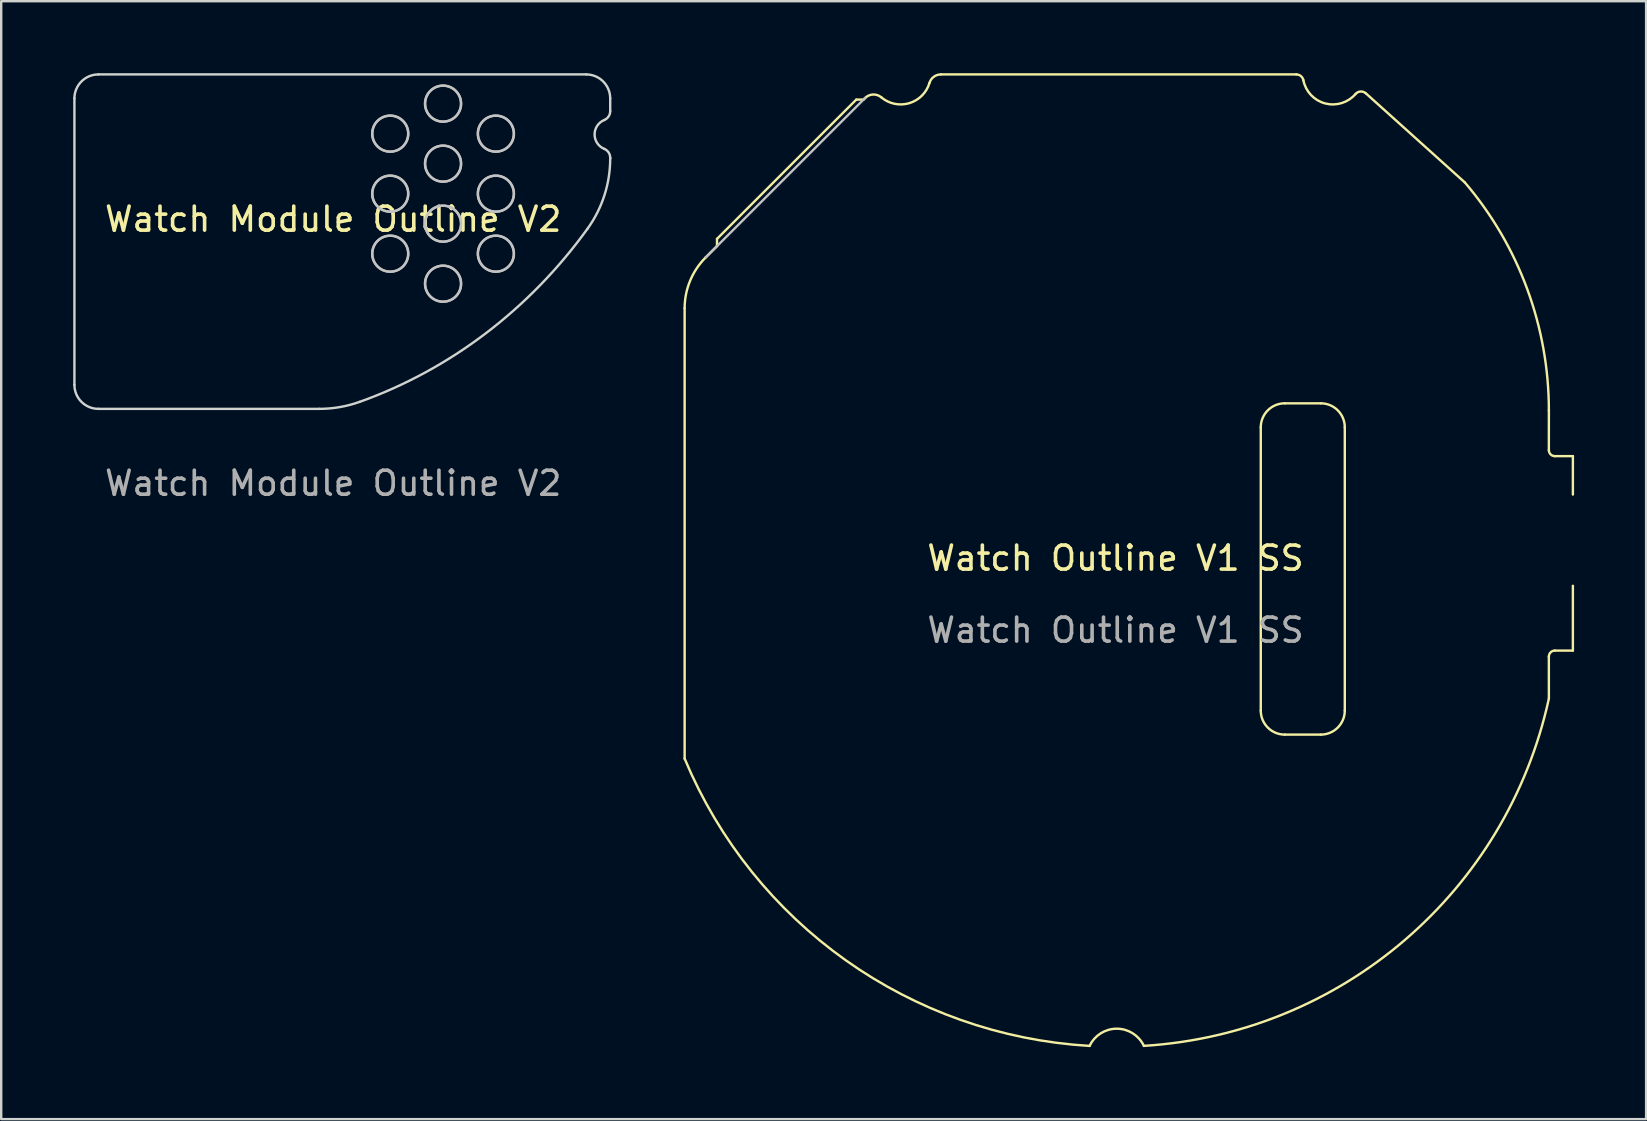
<source format=kicad_pcb>
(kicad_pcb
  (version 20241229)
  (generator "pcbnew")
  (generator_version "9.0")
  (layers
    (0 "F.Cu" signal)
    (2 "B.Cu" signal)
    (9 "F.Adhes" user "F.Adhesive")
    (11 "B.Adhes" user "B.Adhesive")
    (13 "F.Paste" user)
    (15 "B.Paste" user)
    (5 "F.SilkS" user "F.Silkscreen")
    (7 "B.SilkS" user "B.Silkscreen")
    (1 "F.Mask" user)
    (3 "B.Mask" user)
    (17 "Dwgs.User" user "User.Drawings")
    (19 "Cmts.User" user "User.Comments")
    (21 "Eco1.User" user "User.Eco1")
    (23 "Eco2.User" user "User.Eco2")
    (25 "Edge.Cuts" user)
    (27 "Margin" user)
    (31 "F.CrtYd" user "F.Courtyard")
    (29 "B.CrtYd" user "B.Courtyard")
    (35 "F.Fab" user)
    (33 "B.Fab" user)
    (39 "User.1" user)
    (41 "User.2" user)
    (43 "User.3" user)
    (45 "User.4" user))
  (footprint "Watch Module Outline V2"
    (layer "F.Cu")
    (at 10.829 6.581)
    (property "Reference" "Watch Module Outline V2" (at 0 -0.5 0) (unlocked yes) (layer "F.SilkS") (effects (font (size 1 1) (thickness 0.15))))
    (attr smd)
    (fp_circle (center 2.373 -4.063) (end 1.623 -4.063) (stroke (width 0.1) (type solid)) (fill no) (layer "Dwgs.User"))
    (fp_circle (center 2.373 -1.563) (end 1.623 -1.563) (stroke (width 0.1) (type solid)) (fill no) (layer "Dwgs.User"))
    (fp_circle (center 2.373 0.937) (end 1.623 0.937) (stroke (width 0.1) (type solid)) (fill no) (layer "Dwgs.User"))
    (fp_circle (center 2.38 -4.065) (end 3.13 -4.065) (stroke (width 0.1) (type solid)) (fill no) (layer "Dwgs.User"))
    (fp_circle (center 2.38 -1.565) (end 3.13 -1.565) (stroke (width 0.1) (type solid)) (fill no) (layer "Dwgs.User"))
    (fp_circle (center 2.38 0.935) (end 3.13 0.935) (stroke (width 0.1) (type solid)) (fill no) (layer "Dwgs.User"))
    (fp_circle (center 4.573 -5.313) (end 3.823 -5.313) (stroke (width 0.1) (type solid)) (fill no) (layer "Dwgs.User"))
    (fp_circle (center 4.573 -2.813) (end 3.823 -2.813) (stroke (width 0.1) (type solid)) (fill no) (layer "Dwgs.User"))
    (fp_circle (center 4.573 -0.313) (end 3.823 -0.313) (stroke (width 0.1) (type solid)) (fill no) (layer "Dwgs.User"))
    (fp_circle (center 4.573 2.187) (end 3.823 2.187) (stroke (width 0.1) (type solid)) (fill no) (layer "Dwgs.User"))
    (fp_circle (center 4.58 -5.315) (end 5.33 -5.315) (stroke (width 0.1) (type solid)) (fill no) (layer "Dwgs.User"))
    (fp_circle (center 4.58 -2.815) (end 5.33 -2.815) (stroke (width 0.1) (type solid)) (fill no) (layer "Dwgs.User"))
    (fp_circle (center 4.58 -0.315) (end 5.33 -0.315) (stroke (width 0.1) (type solid)) (fill no) (layer "Dwgs.User"))
    (fp_circle (center 4.58 2.185) (end 5.33 2.185) (stroke (width 0.1) (type solid)) (fill no) (layer "Dwgs.User"))
    (fp_circle (center 6.773 -4.063) (end 6.023 -4.063) (stroke (width 0.1) (type solid)) (fill no) (layer "Dwgs.User"))
    (fp_circle (center 6.773 -1.563) (end 6.023 -1.563) (stroke (width 0.1) (type solid)) (fill no) (layer "Dwgs.User"))
    (fp_circle (center 6.773 0.937) (end 6.023 0.937) (stroke (width 0.1) (type solid)) (fill no) (layer "Dwgs.User"))
    (fp_circle (center 6.78 -4.065) (end 7.53 -4.065) (stroke (width 0.1) (type solid)) (fill no) (layer "Dwgs.User"))
    (fp_circle (center 6.78 -1.565) (end 7.53 -1.565) (stroke (width 0.1) (type solid)) (fill no) (layer "Dwgs.User"))
    (fp_circle (center 6.78 0.935) (end 7.53 0.935) (stroke (width 0.1) (type solid)) (fill no) (layer "Dwgs.User"))
    (fp_line (start -10.779 -5.531) (end -10.779 6.4) (stroke (width 0.1) (type solid)) (layer "Edge.Cuts"))
    (fp_line (start -9.779 7.4) (end -0.58 7.4) (stroke (width 0.1) (type solid)) (layer "Edge.Cuts"))
    (fp_line (start 10.539 -6.531) (end -9.779 -6.531) (stroke (width 0.1) (type solid)) (layer "Edge.Cuts"))
    (fp_line (start 11.539 -5.001) (end 11.539 -5.531) (stroke (width 0.1) (type solid)) (layer "Edge.Cuts"))
    (fp_line (start 11.539 -3.028) (end 11.539 -3.06) (stroke (width 0.1) (type solid)) (layer "Edge.Cuts"))
    (fp_arc (start -10.779364 -5.530649) (mid -10.486463 -6.237748) (end -9.779364 -6.530649) (stroke (width 0.1) (type solid)) (layer "Edge.Cuts"))
    (fp_arc (start -9.779324 7.400129) (mid -10.486428 7.107233) (end -10.779324 6.400129) (stroke (width 0.1) (type solid)) (layer "Edge.Cuts"))
    (fp_arc (start 1.104777 7.107672) (mid 0.274986 7.326423) (end -0.579989 7.400065) (stroke (width 0.1) (type solid)) (layer "Edge.Cuts"))
    (fp_arc (start 10.538871 -6.530625) (mid 11.245996 -6.237743) (end 11.538871 -5.530625) (stroke (width 0.1) (type solid)) (layer "Edge.Cuts"))
    (fp_arc (start 11.291252 -3.429638) (mid 10.888859 -4.030625) (end 11.291252 -4.631612) (stroke (width 0.1) (type solid)) (layer "Edge.Cuts"))
    (fp_arc (start 11.291252 -3.429638) (mid 11.471286 -3.282351) (end 11.538871 -3.0598) (stroke (width 0.1) (type solid)) (layer "Edge.Cuts"))
    (fp_arc (start 11.538871 -5.00145) (mid 11.471245 -4.77892) (end 11.291252 -4.631612) (stroke (width 0.1) (type solid)) (layer "Edge.Cuts"))
    (fp_arc (start 11.538871 -3.028146) (mid 11.296727 -1.490999) (end 10.593743 -0.102738) (stroke (width 0.1) (type solid)) (layer "Edge.Cuts"))
    (fp_curve (pts (xy 1.105 7.108) (xy 4.872 5.76) (xy 8.175 3.249) (xy 10.594 -0.103)) (stroke (width 0.1) (type solid)) (layer "Edge.Cuts"))
    (fp_text user "${REFERENCE}" (at 0 10.5 0) (unlocked yes) (layer "F.Fab") (effects (font (size 1 1) (thickness 0.15))))
    (zone (net_name "") (layer "B.Cu") (name "GNSS Keepout") (hatch edge 0.5) (connect_pads) (min_thickness 0.25) (filled_areas_thickness no) (keepout (tracks allowed) (vias allowed) (pads allowed) (copperpour allowed) (footprints not_allowed)) (placement (enabled no)) (fill) (polygon (pts (xy 0.029 0.081) (xy 2.029 0.081) (xy 2.029 9.581) (xy 0.029 9.581)))))
  (footprint "Watch Outline V1 SS"
    (layer "F.Cu")
    (at 43.417 20.7)
    (property "Reference" "Watch Outline V1 SS" (at 0 -0.5 0) (unlocked yes) (layer "F.SilkS") (effects (font (size 1 1) (thickness 0.15))))
    (fp_line (start -17.949 -10.907) (end -17.949 7.85) (stroke (width 0.1) (type solid)) (layer "F.SilkS"))
    (fp_line (start -16.6 -13.8) (end -16.6 -13.5) (stroke (width 0.1) (type default)) (layer "F.SilkS"))
    (fp_line (start -16.6 -13.5) (end -17.07 -13.029) (stroke (width 0.1) (type default)) (layer "F.SilkS"))
    (fp_line (start -10.8 -19.6) (end -16.6 -13.8) (stroke (width 0.1) (type default)) (layer "F.SilkS"))
    (fp_line (start -10.8 -19.6) (end -10.5 -19.6) (stroke (width 0.1) (type default)) (layer "F.SilkS"))
    (fp_line (start -10.5 -19.6) (end -10.432 -19.667) (stroke (width 0.1) (type default)) (layer "F.SilkS"))
    (fp_line (start -7.272 -20.65) (end 7.53 -20.65) (stroke (width 0.1) (type solid)) (layer "F.SilkS"))
    (fp_line (start 6.05 5.85) (end 6.05 -5.95) (stroke (width 0.1) (type default)) (layer "F.SilkS"))
    (fp_line (start 7.05 -6.95) (end 8.55 -6.95) (stroke (width 0.1) (type default)) (layer "F.SilkS"))
    (fp_line (start 8.55 6.85) (end 7.05 6.85) (stroke (width 0.1) (type default)) (layer "F.SilkS"))
    (fp_line (start 9.55 -5.95) (end 9.55 5.85) (stroke (width 0.1) (type default)) (layer "F.SilkS"))
    (fp_line (start 14.551 -16.15) (end 10.427 -19.862) (stroke (width 0.1) (type solid)) (layer "F.SilkS"))
    (fp_line (start 18.05 3.6) (end 18.051 5.35) (stroke (width 0.1) (type solid)) (layer "F.SilkS"))
    (fp_line (start 18.051 -6.65) (end 18.05 -5) (stroke (width 0.1) (type solid)) (layer "F.SilkS"))
    (fp_line (start 18.3 -4.75) (end 19.051 -4.75) (stroke (width 0.1) (type solid)) (layer "F.SilkS"))
    (fp_line (start 19.051 -4.75) (end 19.051 -3.15) (stroke (width 0.1) (type solid)) (layer "F.SilkS"))
    (fp_line (start 19.051 0.65) (end 19.051 3.35) (stroke (width 0.1) (type solid)) (layer "F.SilkS"))
    (fp_line (start 19.051 3.35) (end 18.3 3.35) (stroke (width 0.1) (type solid)) (layer "F.SilkS"))
    (fp_arc (start -17.948965 -10.907365) (mid -17.720602 -12.055415) (end -17.070285 -13.028685) (stroke (width 0.1) (type solid)) (layer "F.SilkS"))
    (fp_arc (start -10.432061 -19.666909) (mid -10.099448 -19.81293) (end -9.755781 -19.695256) (stroke (width 0.1) (type solid)) (layer "F.SilkS"))
    (fp_arc (start -7.751071 -20.292863) (mid -8.591865 -19.452094) (end -9.755781 -19.695256) (stroke (width 0.1) (type solid)) (layer "F.SilkS"))
    (fp_arc (start -7.751071 -20.292863) (mid -7.570721 -20.550898) (end -7.271914 -20.650006) (stroke (width 0.1) (type solid)) (layer "F.SilkS"))
    (fp_arc (start -1.079722 19.817182) (mid -11.231687 16.254398) (end -17.948965 7.849994) (stroke (width 0.1) (type solid)) (layer "F.SilkS"))
    (fp_arc (start -1.079722 19.817182) (mid 0.05 19.1) (end 1.18091 19.815313) (stroke (width 0.1) (type solid)) (layer "F.SilkS"))
    (fp_arc (start 6.050002 -5.95) (mid 6.342895 -6.657106) (end 7.050002 -6.95) (stroke (width 0.1) (type default)) (layer "F.SilkS"))
    (fp_arc (start 7.05 6.849998) (mid 6.342894 6.557105) (end 6.05 5.849998) (stroke (width 0.1) (type default)) (layer "F.SilkS"))
    (fp_arc (start 7.530344 -20.650006) (mid 7.720828 -20.58174) (end 7.824671 -20.408071) (stroke (width 0.1) (type solid)) (layer "F.SilkS"))
    (fp_arc (start 8.55 -6.949998) (mid 9.257106 -6.657105) (end 9.55 -5.949998) (stroke (width 0.1) (type default)) (layer "F.SilkS"))
    (fp_arc (start 9.549998 5.85) (mid 9.257105 6.557106) (end 8.549998 6.85) (stroke (width 0.1) (type default)) (layer "F.SilkS"))
    (fp_arc (start 9.998525 -19.834677) (mid 10.206823 -19.93839) (end 10.426612 -19.861986) (stroke (width 0.1) (type solid)) (layer "F.SilkS"))
    (fp_arc (start 9.998526 -19.834677) (mid 8.732231 -19.441352) (end 7.824672 -20.408071) (stroke (width 0.1) (type solid)) (layer "F.SilkS"))
    (fp_arc (start 14.551035 -16.150006) (mid 17.148203 -11.71212) (end 18.051035 -6.650006) (stroke (width 0.1) (type solid)) (layer "F.SilkS"))
    (fp_arc (start 18.05 3.6) (mid 18.123223 3.423223) (end 18.3 3.35) (stroke (width 0.1) (type default)) (layer "F.SilkS"))
    (fp_arc (start 18.051035 5.349994) (mid 12.042676 15.412788) (end 1.18091 19.815314) (stroke (width 0.1) (type solid)) (layer "F.SilkS"))
    (fp_arc (start 18.3 -4.75) (mid 18.123223 -4.823223) (end 18.05 -5) (stroke (width 0.1) (type default)) (layer "F.SilkS"))
    (fp_line (start -17.07 -13.029) (end -10.432 -19.667) (stroke (width 0.1) (type solid)) (layer "Dwgs.User"))
    (fp_text user "${REFERENCE}" (at 0 2.5 0) (unlocked yes) (layer "F.Fab") (effects (font (size 1 1) (thickness 0.15)))))
  (gr_rect
    (start -3 -3)
    (end 65.518 43.567)
    (stroke (width 0.1) (type default))
    (fill no)
    (layer "Edge.Cuts")))
</source>
